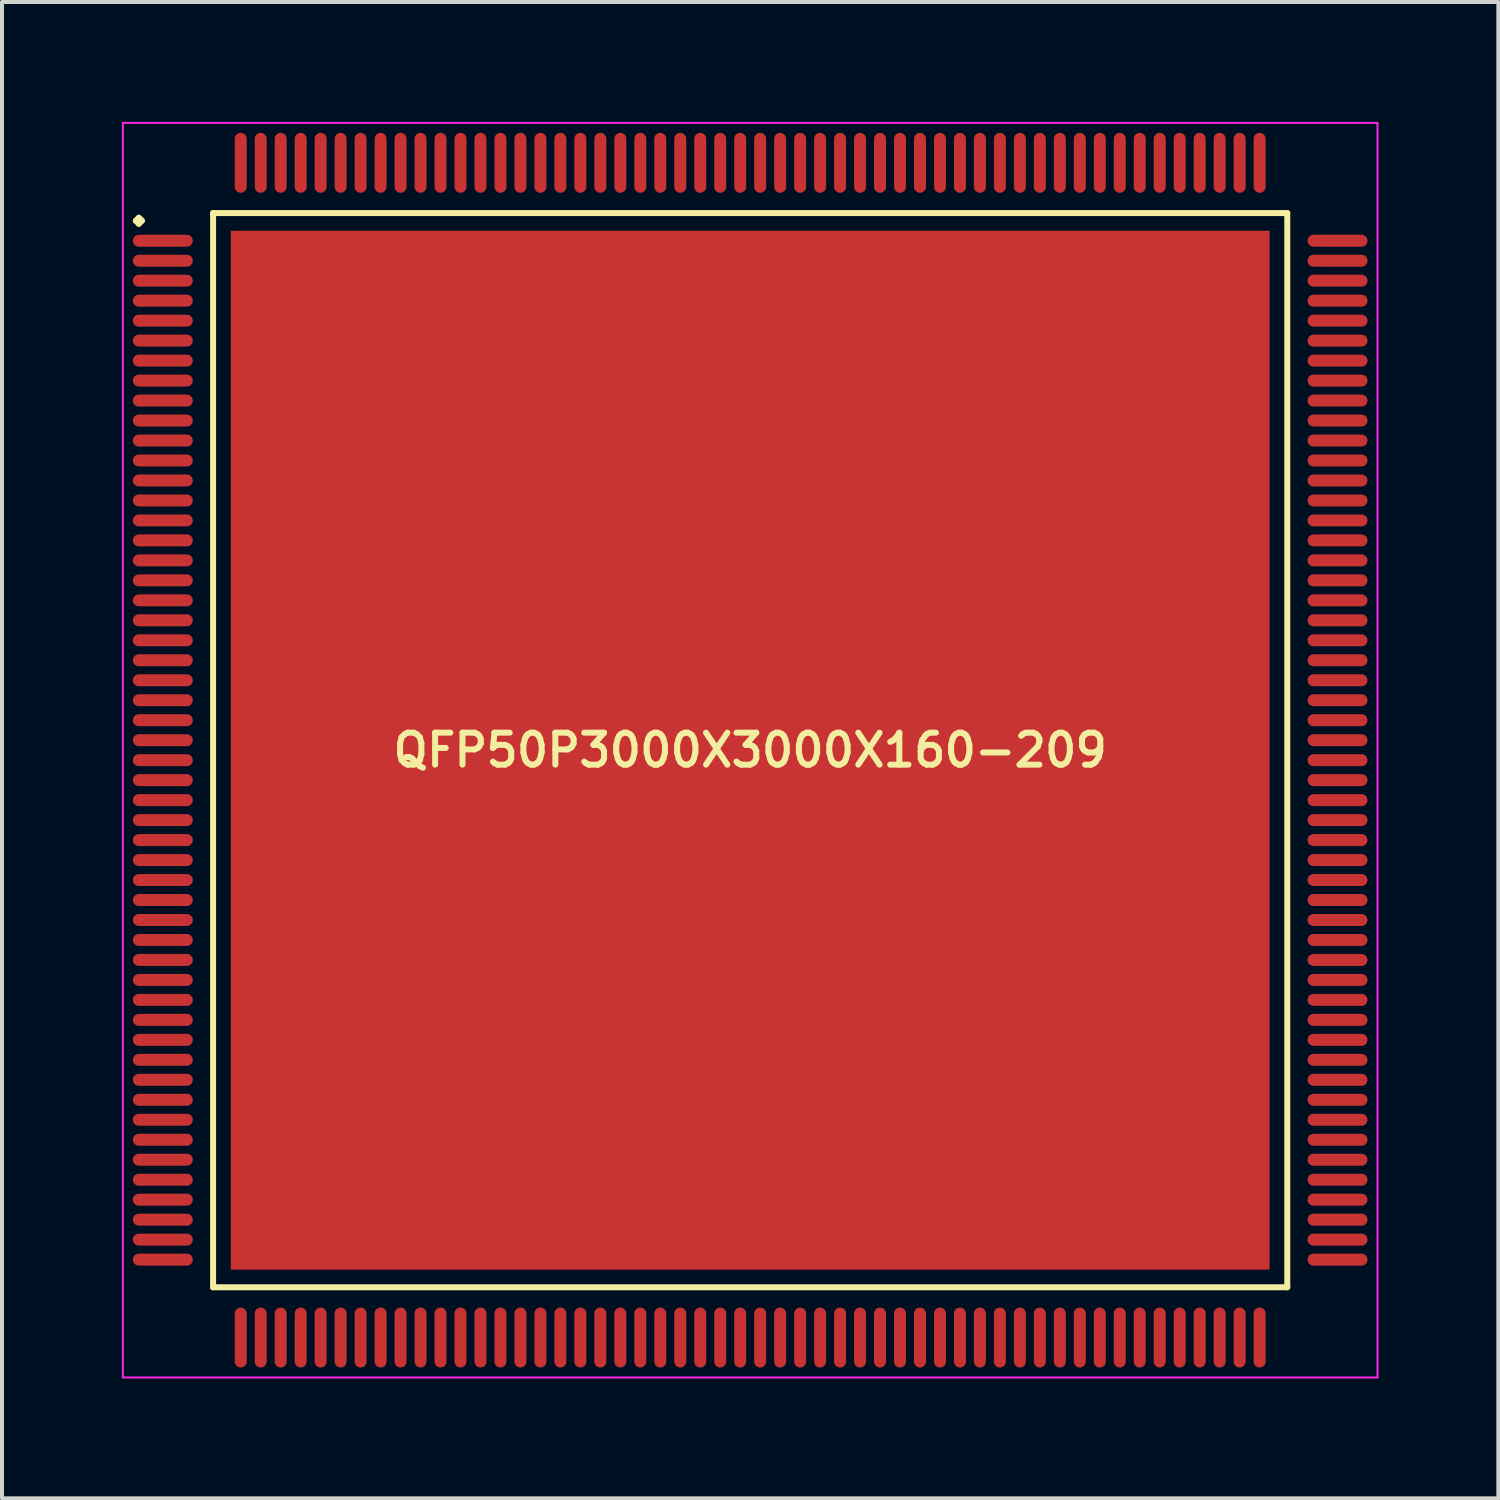
<source format=kicad_pcb>
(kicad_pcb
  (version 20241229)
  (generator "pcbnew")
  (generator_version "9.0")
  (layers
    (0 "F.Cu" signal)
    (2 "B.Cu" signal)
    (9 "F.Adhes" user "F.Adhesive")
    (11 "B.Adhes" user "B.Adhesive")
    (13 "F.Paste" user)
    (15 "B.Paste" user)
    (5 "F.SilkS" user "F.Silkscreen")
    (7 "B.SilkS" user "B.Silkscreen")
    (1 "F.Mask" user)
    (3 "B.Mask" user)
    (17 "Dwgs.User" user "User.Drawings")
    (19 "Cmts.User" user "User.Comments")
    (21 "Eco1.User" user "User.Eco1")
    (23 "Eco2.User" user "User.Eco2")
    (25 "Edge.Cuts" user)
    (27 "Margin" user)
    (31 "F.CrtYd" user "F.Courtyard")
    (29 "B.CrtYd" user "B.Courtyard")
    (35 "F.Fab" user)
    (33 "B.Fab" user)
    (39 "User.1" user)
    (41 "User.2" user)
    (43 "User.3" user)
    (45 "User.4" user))
  (footprint "QFP50P3000X3000X160-209"
    (layer "F.Cu")
    (at 15.725 15.725)
    (property "Reference" "QFP50P3000X3000X160-209" (at 0 0 0) (layer "F.SilkS") (effects (font (size 0.8 0.8) (thickness 0.15))))
    (attr smd)
    (fp_line (start -15.375 -13.25) (end -15.3 -13.325) (stroke (width 0.15) (type solid)) (layer "F.SilkS"))
    (fp_line (start -15.3 -13.325) (end -15.225 -13.25) (stroke (width 0.15) (type solid)) (layer "F.SilkS"))
    (fp_line (start -15.3 -13.175) (end -15.375 -13.25) (stroke (width 0.15) (type solid)) (layer "F.SilkS"))
    (fp_line (start -15.225 -13.25) (end -15.3 -13.175) (stroke (width 0.15) (type solid)) (layer "F.SilkS"))
    (fp_line (start -13.442 -13.442) (end -13.442 13.442) (stroke (width 0.15) (type solid)) (layer "F.SilkS"))
    (fp_line (start -13.442 13.442) (end 13.442 13.442) (stroke (width 0.15) (type solid)) (layer "F.SilkS"))
    (fp_line (start 13.442 -13.442) (end -13.442 -13.442) (stroke (width 0.15) (type solid)) (layer "F.SilkS"))
    (fp_line (start 13.442 13.442) (end 13.442 -13.442) (stroke (width 0.15) (type solid)) (layer "F.SilkS"))
    (fp_line (start -15.7 -15.7) (end 15.7 -15.7) (stroke (width 0.05) (type solid)) (layer "F.CrtYd"))
    (fp_line (start -15.7 15.7) (end -15.7 -15.7) (stroke (width 0.05) (type solid)) (layer "F.CrtYd"))
    (fp_line (start 15.7 -15.7) (end 15.7 15.7) (stroke (width 0.05) (type solid)) (layer "F.CrtYd"))
    (fp_line (start 15.7 15.7) (end -15.7 15.7) (stroke (width 0.05) (type solid)) (layer "F.CrtYd"))
    (pad "1" smd oval (at -14.7 -12.75) (size 1.5 0.3) (layers "F.Cu" "F.Mask" "F.Paste"))
    (pad "2" smd oval (at -14.7 -12.25) (size 1.5 0.3) (layers "F.Cu" "F.Mask" "F.Paste"))
    (pad "3" smd oval (at -14.7 -11.75) (size 1.5 0.3) (layers "F.Cu" "F.Mask" "F.Paste"))
    (pad "4" smd oval (at -14.7 -11.25) (size 1.5 0.3) (layers "F.Cu" "F.Mask" "F.Paste"))
    (pad "5" smd oval (at -14.7 -10.75) (size 1.5 0.3) (layers "F.Cu" "F.Mask" "F.Paste"))
    (pad "6" smd oval (at -14.7 -10.25) (size 1.5 0.3) (layers "F.Cu" "F.Mask" "F.Paste"))
    (pad "7" smd oval (at -14.7 -9.75) (size 1.5 0.3) (layers "F.Cu" "F.Mask" "F.Paste"))
    (pad "8" smd oval (at -14.7 -9.25) (size 1.5 0.3) (layers "F.Cu" "F.Mask" "F.Paste"))
    (pad "9" smd oval (at -14.7 -8.75) (size 1.5 0.3) (layers "F.Cu" "F.Mask" "F.Paste"))
    (pad "10" smd oval (at -14.7 -8.25) (size 1.5 0.3) (layers "F.Cu" "F.Mask" "F.Paste"))
    (pad "11" smd oval (at -14.7 -7.75) (size 1.5 0.3) (layers "F.Cu" "F.Mask" "F.Paste"))
    (pad "12" smd oval (at -14.7 -7.25) (size 1.5 0.3) (layers "F.Cu" "F.Mask" "F.Paste"))
    (pad "13" smd oval (at -14.7 -6.75) (size 1.5 0.3) (layers "F.Cu" "F.Mask" "F.Paste"))
    (pad "14" smd oval (at -14.7 -6.25) (size 1.5 0.3) (layers "F.Cu" "F.Mask" "F.Paste"))
    (pad "15" smd oval (at -14.7 -5.75) (size 1.5 0.3) (layers "F.Cu" "F.Mask" "F.Paste"))
    (pad "16" smd oval (at -14.7 -5.25) (size 1.5 0.3) (layers "F.Cu" "F.Mask" "F.Paste"))
    (pad "17" smd oval (at -14.7 -4.75) (size 1.5 0.3) (layers "F.Cu" "F.Mask" "F.Paste"))
    (pad "18" smd oval (at -14.7 -4.25) (size 1.5 0.3) (layers "F.Cu" "F.Mask" "F.Paste"))
    (pad "19" smd oval (at -14.7 -3.75) (size 1.5 0.3) (layers "F.Cu" "F.Mask" "F.Paste"))
    (pad "20" smd oval (at -14.7 -3.25) (size 1.5 0.3) (layers "F.Cu" "F.Mask" "F.Paste"))
    (pad "21" smd oval (at -14.7 -2.75) (size 1.5 0.3) (layers "F.Cu" "F.Mask" "F.Paste"))
    (pad "22" smd oval (at -14.7 -2.25) (size 1.5 0.3) (layers "F.Cu" "F.Mask" "F.Paste"))
    (pad "23" smd oval (at -14.7 -1.75) (size 1.5 0.3) (layers "F.Cu" "F.Mask" "F.Paste"))
    (pad "24" smd oval (at -14.7 -1.25) (size 1.5 0.3) (layers "F.Cu" "F.Mask" "F.Paste"))
    (pad "25" smd oval (at -14.7 -0.75) (size 1.5 0.3) (layers "F.Cu" "F.Mask" "F.Paste"))
    (pad "26" smd oval (at -14.7 -0.25) (size 1.5 0.3) (layers "F.Cu" "F.Mask" "F.Paste"))
    (pad "27" smd oval (at -14.7 0.25) (size 1.5 0.3) (layers "F.Cu" "F.Mask" "F.Paste"))
    (pad "28" smd oval (at -14.7 0.75) (size 1.5 0.3) (layers "F.Cu" "F.Mask" "F.Paste"))
    (pad "29" smd oval (at -14.7 1.25) (size 1.5 0.3) (layers "F.Cu" "F.Mask" "F.Paste"))
    (pad "30" smd oval (at -14.7 1.75) (size 1.5 0.3) (layers "F.Cu" "F.Mask" "F.Paste"))
    (pad "31" smd oval (at -14.7 2.25) (size 1.5 0.3) (layers "F.Cu" "F.Mask" "F.Paste"))
    (pad "32" smd oval (at -14.7 2.75) (size 1.5 0.3) (layers "F.Cu" "F.Mask" "F.Paste"))
    (pad "33" smd oval (at -14.7 3.25) (size 1.5 0.3) (layers "F.Cu" "F.Mask" "F.Paste"))
    (pad "34" smd oval (at -14.7 3.75) (size 1.5 0.3) (layers "F.Cu" "F.Mask" "F.Paste"))
    (pad "35" smd oval (at -14.7 4.25) (size 1.5 0.3) (layers "F.Cu" "F.Mask" "F.Paste"))
    (pad "36" smd oval (at -14.7 4.75) (size 1.5 0.3) (layers "F.Cu" "F.Mask" "F.Paste"))
    (pad "37" smd oval (at -14.7 5.25) (size 1.5 0.3) (layers "F.Cu" "F.Mask" "F.Paste"))
    (pad "38" smd oval (at -14.7 5.75) (size 1.5 0.3) (layers "F.Cu" "F.Mask" "F.Paste"))
    (pad "39" smd oval (at -14.7 6.25) (size 1.5 0.3) (layers "F.Cu" "F.Mask" "F.Paste"))
    (pad "40" smd oval (at -14.7 6.75) (size 1.5 0.3) (layers "F.Cu" "F.Mask" "F.Paste"))
    (pad "41" smd oval (at -14.7 7.25) (size 1.5 0.3) (layers "F.Cu" "F.Mask" "F.Paste"))
    (pad "42" smd oval (at -14.7 7.75) (size 1.5 0.3) (layers "F.Cu" "F.Mask" "F.Paste"))
    (pad "43" smd oval (at -14.7 8.25) (size 1.5 0.3) (layers "F.Cu" "F.Mask" "F.Paste"))
    (pad "44" smd oval (at -14.7 8.75) (size 1.5 0.3) (layers "F.Cu" "F.Mask" "F.Paste"))
    (pad "45" smd oval (at -14.7 9.25) (size 1.5 0.3) (layers "F.Cu" "F.Mask" "F.Paste"))
    (pad "46" smd oval (at -14.7 9.75) (size 1.5 0.3) (layers "F.Cu" "F.Mask" "F.Paste"))
    (pad "47" smd oval (at -14.7 10.25) (size 1.5 0.3) (layers "F.Cu" "F.Mask" "F.Paste"))
    (pad "48" smd oval (at -14.7 10.75) (size 1.5 0.3) (layers "F.Cu" "F.Mask" "F.Paste"))
    (pad "49" smd oval (at -14.7 11.25) (size 1.5 0.3) (layers "F.Cu" "F.Mask" "F.Paste"))
    (pad "50" smd oval (at -14.7 11.75) (size 1.5 0.3) (layers "F.Cu" "F.Mask" "F.Paste"))
    (pad "51" smd oval (at -14.7 12.25) (size 1.5 0.3) (layers "F.Cu" "F.Mask" "F.Paste"))
    (pad "52" smd oval (at -14.7 12.75) (size 1.5 0.3) (layers "F.Cu" "F.Mask" "F.Paste"))
    (pad "53" smd oval (at -12.75 14.7) (size 0.3 1.5) (layers "F.Cu" "F.Mask" "F.Paste"))
    (pad "54" smd oval (at -12.25 14.7) (size 0.3 1.5) (layers "F.Cu" "F.Mask" "F.Paste"))
    (pad "55" smd oval (at -11.75 14.7) (size 0.3 1.5) (layers "F.Cu" "F.Mask" "F.Paste"))
    (pad "56" smd oval (at -11.25 14.7) (size 0.3 1.5) (layers "F.Cu" "F.Mask" "F.Paste"))
    (pad "57" smd oval (at -10.75 14.7) (size 0.3 1.5) (layers "F.Cu" "F.Mask" "F.Paste"))
    (pad "58" smd oval (at -10.25 14.7) (size 0.3 1.5) (layers "F.Cu" "F.Mask" "F.Paste"))
    (pad "59" smd oval (at -9.75 14.7) (size 0.3 1.5) (layers "F.Cu" "F.Mask" "F.Paste"))
    (pad "60" smd oval (at -9.25 14.7) (size 0.3 1.5) (layers "F.Cu" "F.Mask" "F.Paste"))
    (pad "61" smd oval (at -8.75 14.7) (size 0.3 1.5) (layers "F.Cu" "F.Mask" "F.Paste"))
    (pad "62" smd oval (at -8.25 14.7) (size 0.3 1.5) (layers "F.Cu" "F.Mask" "F.Paste"))
    (pad "63" smd oval (at -7.75 14.7) (size 0.3 1.5) (layers "F.Cu" "F.Mask" "F.Paste"))
    (pad "64" smd oval (at -7.25 14.7) (size 0.3 1.5) (layers "F.Cu" "F.Mask" "F.Paste"))
    (pad "65" smd oval (at -6.75 14.7) (size 0.3 1.5) (layers "F.Cu" "F.Mask" "F.Paste"))
    (pad "66" smd oval (at -6.25 14.7) (size 0.3 1.5) (layers "F.Cu" "F.Mask" "F.Paste"))
    (pad "67" smd oval (at -5.75 14.7) (size 0.3 1.5) (layers "F.Cu" "F.Mask" "F.Paste"))
    (pad "68" smd oval (at -5.25 14.7) (size 0.3 1.5) (layers "F.Cu" "F.Mask" "F.Paste"))
    (pad "69" smd oval (at -4.75 14.7) (size 0.3 1.5) (layers "F.Cu" "F.Mask" "F.Paste"))
    (pad "70" smd oval (at -4.25 14.7) (size 0.3 1.5) (layers "F.Cu" "F.Mask" "F.Paste"))
    (pad "71" smd oval (at -3.75 14.7) (size 0.3 1.5) (layers "F.Cu" "F.Mask" "F.Paste"))
    (pad "72" smd oval (at -3.25 14.7) (size 0.3 1.5) (layers "F.Cu" "F.Mask" "F.Paste"))
    (pad "73" smd oval (at -2.75 14.7) (size 0.3 1.5) (layers "F.Cu" "F.Mask" "F.Paste"))
    (pad "74" smd oval (at -2.25 14.7) (size 0.3 1.5) (layers "F.Cu" "F.Mask" "F.Paste"))
    (pad "75" smd oval (at -1.75 14.7) (size 0.3 1.5) (layers "F.Cu" "F.Mask" "F.Paste"))
    (pad "76" smd oval (at -1.25 14.7) (size 0.3 1.5) (layers "F.Cu" "F.Mask" "F.Paste"))
    (pad "77" smd oval (at -0.75 14.7) (size 0.3 1.5) (layers "F.Cu" "F.Mask" "F.Paste"))
    (pad "78" smd oval (at -0.25 14.7) (size 0.3 1.5) (layers "F.Cu" "F.Mask" "F.Paste"))
    (pad "79" smd oval (at 0.25 14.7) (size 0.3 1.5) (layers "F.Cu" "F.Mask" "F.Paste"))
    (pad "80" smd oval (at 0.75 14.7) (size 0.3 1.5) (layers "F.Cu" "F.Mask" "F.Paste"))
    (pad "81" smd oval (at 1.25 14.7) (size 0.3 1.5) (layers "F.Cu" "F.Mask" "F.Paste"))
    (pad "82" smd oval (at 1.75 14.7) (size 0.3 1.5) (layers "F.Cu" "F.Mask" "F.Paste"))
    (pad "83" smd oval (at 2.25 14.7) (size 0.3 1.5) (layers "F.Cu" "F.Mask" "F.Paste"))
    (pad "84" smd oval (at 2.75 14.7) (size 0.3 1.5) (layers "F.Cu" "F.Mask" "F.Paste"))
    (pad "85" smd oval (at 3.25 14.7) (size 0.3 1.5) (layers "F.Cu" "F.Mask" "F.Paste"))
    (pad "86" smd oval (at 3.75 14.7) (size 0.3 1.5) (layers "F.Cu" "F.Mask" "F.Paste"))
    (pad "87" smd oval (at 4.25 14.7) (size 0.3 1.5) (layers "F.Cu" "F.Mask" "F.Paste"))
    (pad "88" smd oval (at 4.75 14.7) (size 0.3 1.5) (layers "F.Cu" "F.Mask" "F.Paste"))
    (pad "89" smd oval (at 5.25 14.7) (size 0.3 1.5) (layers "F.Cu" "F.Mask" "F.Paste"))
    (pad "90" smd oval (at 5.75 14.7) (size 0.3 1.5) (layers "F.Cu" "F.Mask" "F.Paste"))
    (pad "91" smd oval (at 6.25 14.7) (size 0.3 1.5) (layers "F.Cu" "F.Mask" "F.Paste"))
    (pad "92" smd oval (at 6.75 14.7) (size 0.3 1.5) (layers "F.Cu" "F.Mask" "F.Paste"))
    (pad "93" smd oval (at 7.25 14.7) (size 0.3 1.5) (layers "F.Cu" "F.Mask" "F.Paste"))
    (pad "94" smd oval (at 7.75 14.7) (size 0.3 1.5) (layers "F.Cu" "F.Mask" "F.Paste"))
    (pad "95" smd oval (at 8.25 14.7) (size 0.3 1.5) (layers "F.Cu" "F.Mask" "F.Paste"))
    (pad "96" smd oval (at 8.75 14.7) (size 0.3 1.5) (layers "F.Cu" "F.Mask" "F.Paste"))
    (pad "97" smd oval (at 9.25 14.7) (size 0.3 1.5) (layers "F.Cu" "F.Mask" "F.Paste"))
    (pad "98" smd oval (at 9.75 14.7) (size 0.3 1.5) (layers "F.Cu" "F.Mask" "F.Paste"))
    (pad "99" smd oval (at 10.25 14.7) (size 0.3 1.5) (layers "F.Cu" "F.Mask" "F.Paste"))
    (pad "100" smd oval (at 10.75 14.7) (size 0.3 1.5) (layers "F.Cu" "F.Mask" "F.Paste"))
    (pad "101" smd oval (at 11.25 14.7) (size 0.3 1.5) (layers "F.Cu" "F.Mask" "F.Paste"))
    (pad "102" smd oval (at 11.75 14.7) (size 0.3 1.5) (layers "F.Cu" "F.Mask" "F.Paste"))
    (pad "103" smd oval (at 12.25 14.7) (size 0.3 1.5) (layers "F.Cu" "F.Mask" "F.Paste"))
    (pad "104" smd oval (at 12.75 14.7) (size 0.3 1.5) (layers "F.Cu" "F.Mask" "F.Paste"))
    (pad "105" smd oval (at 14.7 12.75) (size 1.5 0.3) (layers "F.Cu" "F.Mask" "F.Paste"))
    (pad "106" smd oval (at 14.7 12.25) (size 1.5 0.3) (layers "F.Cu" "F.Mask" "F.Paste"))
    (pad "107" smd oval (at 14.7 11.75) (size 1.5 0.3) (layers "F.Cu" "F.Mask" "F.Paste"))
    (pad "108" smd oval (at 14.7 11.25) (size 1.5 0.3) (layers "F.Cu" "F.Mask" "F.Paste"))
    (pad "109" smd oval (at 14.7 10.75) (size 1.5 0.3) (layers "F.Cu" "F.Mask" "F.Paste"))
    (pad "110" smd oval (at 14.7 10.25) (size 1.5 0.3) (layers "F.Cu" "F.Mask" "F.Paste"))
    (pad "111" smd oval (at 14.7 9.75) (size 1.5 0.3) (layers "F.Cu" "F.Mask" "F.Paste"))
    (pad "112" smd oval (at 14.7 9.25) (size 1.5 0.3) (layers "F.Cu" "F.Mask" "F.Paste"))
    (pad "113" smd oval (at 14.7 8.75) (size 1.5 0.3) (layers "F.Cu" "F.Mask" "F.Paste"))
    (pad "114" smd oval (at 14.7 8.25) (size 1.5 0.3) (layers "F.Cu" "F.Mask" "F.Paste"))
    (pad "115" smd oval (at 14.7 7.75) (size 1.5 0.3) (layers "F.Cu" "F.Mask" "F.Paste"))
    (pad "116" smd oval (at 14.7 7.25) (size 1.5 0.3) (layers "F.Cu" "F.Mask" "F.Paste"))
    (pad "117" smd oval (at 14.7 6.75) (size 1.5 0.3) (layers "F.Cu" "F.Mask" "F.Paste"))
    (pad "118" smd oval (at 14.7 6.25) (size 1.5 0.3) (layers "F.Cu" "F.Mask" "F.Paste"))
    (pad "119" smd oval (at 14.7 5.75) (size 1.5 0.3) (layers "F.Cu" "F.Mask" "F.Paste"))
    (pad "120" smd oval (at 14.7 5.25) (size 1.5 0.3) (layers "F.Cu" "F.Mask" "F.Paste"))
    (pad "121" smd oval (at 14.7 4.75) (size 1.5 0.3) (layers "F.Cu" "F.Mask" "F.Paste"))
    (pad "122" smd oval (at 14.7 4.25) (size 1.5 0.3) (layers "F.Cu" "F.Mask" "F.Paste"))
    (pad "123" smd oval (at 14.7 3.75) (size 1.5 0.3) (layers "F.Cu" "F.Mask" "F.Paste"))
    (pad "124" smd oval (at 14.7 3.25) (size 1.5 0.3) (layers "F.Cu" "F.Mask" "F.Paste"))
    (pad "125" smd oval (at 14.7 2.75) (size 1.5 0.3) (layers "F.Cu" "F.Mask" "F.Paste"))
    (pad "126" smd oval (at 14.7 2.25) (size 1.5 0.3) (layers "F.Cu" "F.Mask" "F.Paste"))
    (pad "127" smd oval (at 14.7 1.75) (size 1.5 0.3) (layers "F.Cu" "F.Mask" "F.Paste"))
    (pad "128" smd oval (at 14.7 1.25) (size 1.5 0.3) (layers "F.Cu" "F.Mask" "F.Paste"))
    (pad "129" smd oval (at 14.7 0.75) (size 1.5 0.3) (layers "F.Cu" "F.Mask" "F.Paste"))
    (pad "130" smd oval (at 14.7 0.25) (size 1.5 0.3) (layers "F.Cu" "F.Mask" "F.Paste"))
    (pad "131" smd oval (at 14.7 -0.25) (size 1.5 0.3) (layers "F.Cu" "F.Mask" "F.Paste"))
    (pad "132" smd oval (at 14.7 -0.75) (size 1.5 0.3) (layers "F.Cu" "F.Mask" "F.Paste"))
    (pad "133" smd oval (at 14.7 -1.25) (size 1.5 0.3) (layers "F.Cu" "F.Mask" "F.Paste"))
    (pad "134" smd oval (at 14.7 -1.75) (size 1.5 0.3) (layers "F.Cu" "F.Mask" "F.Paste"))
    (pad "135" smd oval (at 14.7 -2.25) (size 1.5 0.3) (layers "F.Cu" "F.Mask" "F.Paste"))
    (pad "136" smd oval (at 14.7 -2.75) (size 1.5 0.3) (layers "F.Cu" "F.Mask" "F.Paste"))
    (pad "137" smd oval (at 14.7 -3.25) (size 1.5 0.3) (layers "F.Cu" "F.Mask" "F.Paste"))
    (pad "138" smd oval (at 14.7 -3.75) (size 1.5 0.3) (layers "F.Cu" "F.Mask" "F.Paste"))
    (pad "139" smd oval (at 14.7 -4.25) (size 1.5 0.3) (layers "F.Cu" "F.Mask" "F.Paste"))
    (pad "140" smd oval (at 14.7 -4.75) (size 1.5 0.3) (layers "F.Cu" "F.Mask" "F.Paste"))
    (pad "141" smd oval (at 14.7 -5.25) (size 1.5 0.3) (layers "F.Cu" "F.Mask" "F.Paste"))
    (pad "142" smd oval (at 14.7 -5.75) (size 1.5 0.3) (layers "F.Cu" "F.Mask" "F.Paste"))
    (pad "143" smd oval (at 14.7 -6.25) (size 1.5 0.3) (layers "F.Cu" "F.Mask" "F.Paste"))
    (pad "144" smd oval (at 14.7 -6.75) (size 1.5 0.3) (layers "F.Cu" "F.Mask" "F.Paste"))
    (pad "145" smd oval (at 14.7 -7.25) (size 1.5 0.3) (layers "F.Cu" "F.Mask" "F.Paste"))
    (pad "146" smd oval (at 14.7 -7.75) (size 1.5 0.3) (layers "F.Cu" "F.Mask" "F.Paste"))
    (pad "147" smd oval (at 14.7 -8.25) (size 1.5 0.3) (layers "F.Cu" "F.Mask" "F.Paste"))
    (pad "148" smd oval (at 14.7 -8.75) (size 1.5 0.3) (layers "F.Cu" "F.Mask" "F.Paste"))
    (pad "149" smd oval (at 14.7 -9.25) (size 1.5 0.3) (layers "F.Cu" "F.Mask" "F.Paste"))
    (pad "150" smd oval (at 14.7 -9.75) (size 1.5 0.3) (layers "F.Cu" "F.Mask" "F.Paste"))
    (pad "151" smd oval (at 14.7 -10.25) (size 1.5 0.3) (layers "F.Cu" "F.Mask" "F.Paste"))
    (pad "152" smd oval (at 14.7 -10.75) (size 1.5 0.3) (layers "F.Cu" "F.Mask" "F.Paste"))
    (pad "153" smd oval (at 14.7 -11.25) (size 1.5 0.3) (layers "F.Cu" "F.Mask" "F.Paste"))
    (pad "154" smd oval (at 14.7 -11.75) (size 1.5 0.3) (layers "F.Cu" "F.Mask" "F.Paste"))
    (pad "155" smd oval (at 14.7 -12.25) (size 1.5 0.3) (layers "F.Cu" "F.Mask" "F.Paste"))
    (pad "156" smd oval (at 14.7 -12.75) (size 1.5 0.3) (layers "F.Cu" "F.Mask" "F.Paste"))
    (pad "157" smd oval (at 12.75 -14.7) (size 0.3 1.5) (layers "F.Cu" "F.Mask" "F.Paste"))
    (pad "158" smd oval (at 12.25 -14.7) (size 0.3 1.5) (layers "F.Cu" "F.Mask" "F.Paste"))
    (pad "159" smd oval (at 11.75 -14.7) (size 0.3 1.5) (layers "F.Cu" "F.Mask" "F.Paste"))
    (pad "160" smd oval (at 11.25 -14.7) (size 0.3 1.5) (layers "F.Cu" "F.Mask" "F.Paste"))
    (pad "161" smd oval (at 10.75 -14.7) (size 0.3 1.5) (layers "F.Cu" "F.Mask" "F.Paste"))
    (pad "162" smd oval (at 10.25 -14.7) (size 0.3 1.5) (layers "F.Cu" "F.Mask" "F.Paste"))
    (pad "163" smd oval (at 9.75 -14.7) (size 0.3 1.5) (layers "F.Cu" "F.Mask" "F.Paste"))
    (pad "164" smd oval (at 9.25 -14.7) (size 0.3 1.5) (layers "F.Cu" "F.Mask" "F.Paste"))
    (pad "165" smd oval (at 8.75 -14.7) (size 0.3 1.5) (layers "F.Cu" "F.Mask" "F.Paste"))
    (pad "166" smd oval (at 8.25 -14.7) (size 0.3 1.5) (layers "F.Cu" "F.Mask" "F.Paste"))
    (pad "167" smd oval (at 7.75 -14.7) (size 0.3 1.5) (layers "F.Cu" "F.Mask" "F.Paste"))
    (pad "168" smd oval (at 7.25 -14.7) (size 0.3 1.5) (layers "F.Cu" "F.Mask" "F.Paste"))
    (pad "169" smd oval (at 6.75 -14.7) (size 0.3 1.5) (layers "F.Cu" "F.Mask" "F.Paste"))
    (pad "170" smd oval (at 6.25 -14.7) (size 0.3 1.5) (layers "F.Cu" "F.Mask" "F.Paste"))
    (pad "171" smd oval (at 5.75 -14.7) (size 0.3 1.5) (layers "F.Cu" "F.Mask" "F.Paste"))
    (pad "172" smd oval (at 5.25 -14.7) (size 0.3 1.5) (layers "F.Cu" "F.Mask" "F.Paste"))
    (pad "173" smd oval (at 4.75 -14.7) (size 0.3 1.5) (layers "F.Cu" "F.Mask" "F.Paste"))
    (pad "174" smd oval (at 4.25 -14.7) (size 0.3 1.5) (layers "F.Cu" "F.Mask" "F.Paste"))
    (pad "175" smd oval (at 3.75 -14.7) (size 0.3 1.5) (layers "F.Cu" "F.Mask" "F.Paste"))
    (pad "176" smd oval (at 3.25 -14.7) (size 0.3 1.5) (layers "F.Cu" "F.Mask" "F.Paste"))
    (pad "177" smd oval (at 2.75 -14.7) (size 0.3 1.5) (layers "F.Cu" "F.Mask" "F.Paste"))
    (pad "178" smd oval (at 2.25 -14.7) (size 0.3 1.5) (layers "F.Cu" "F.Mask" "F.Paste"))
    (pad "179" smd oval (at 1.75 -14.7) (size 0.3 1.5) (layers "F.Cu" "F.Mask" "F.Paste"))
    (pad "180" smd oval (at 1.25 -14.7) (size 0.3 1.5) (layers "F.Cu" "F.Mask" "F.Paste"))
    (pad "181" smd oval (at 0.75 -14.7) (size 0.3 1.5) (layers "F.Cu" "F.Mask" "F.Paste"))
    (pad "182" smd oval (at 0.25 -14.7) (size 0.3 1.5) (layers "F.Cu" "F.Mask" "F.Paste"))
    (pad "183" smd oval (at -0.25 -14.7) (size 0.3 1.5) (layers "F.Cu" "F.Mask" "F.Paste"))
    (pad "184" smd oval (at -0.75 -14.7) (size 0.3 1.5) (layers "F.Cu" "F.Mask" "F.Paste"))
    (pad "185" smd oval (at -1.25 -14.7) (size 0.3 1.5) (layers "F.Cu" "F.Mask" "F.Paste"))
    (pad "186" smd oval (at -1.75 -14.7) (size 0.3 1.5) (layers "F.Cu" "F.Mask" "F.Paste"))
    (pad "187" smd oval (at -2.25 -14.7) (size 0.3 1.5) (layers "F.Cu" "F.Mask" "F.Paste"))
    (pad "188" smd oval (at -2.75 -14.7) (size 0.3 1.5) (layers "F.Cu" "F.Mask" "F.Paste"))
    (pad "189" smd oval (at -3.25 -14.7) (size 0.3 1.5) (layers "F.Cu" "F.Mask" "F.Paste"))
    (pad "190" smd oval (at -3.75 -14.7) (size 0.3 1.5) (layers "F.Cu" "F.Mask" "F.Paste"))
    (pad "191" smd oval (at -4.25 -14.7) (size 0.3 1.5) (layers "F.Cu" "F.Mask" "F.Paste"))
    (pad "192" smd oval (at -4.75 -14.7) (size 0.3 1.5) (layers "F.Cu" "F.Mask" "F.Paste"))
    (pad "193" smd oval (at -5.25 -14.7) (size 0.3 1.5) (layers "F.Cu" "F.Mask" "F.Paste"))
    (pad "194" smd oval (at -5.75 -14.7) (size 0.3 1.5) (layers "F.Cu" "F.Mask" "F.Paste"))
    (pad "195" smd oval (at -6.25 -14.7) (size 0.3 1.5) (layers "F.Cu" "F.Mask" "F.Paste"))
    (pad "196" smd oval (at -6.75 -14.7) (size 0.3 1.5) (layers "F.Cu" "F.Mask" "F.Paste"))
    (pad "197" smd oval (at -7.25 -14.7) (size 0.3 1.5) (layers "F.Cu" "F.Mask" "F.Paste"))
    (pad "198" smd oval (at -7.75 -14.7) (size 0.3 1.5) (layers "F.Cu" "F.Mask" "F.Paste"))
    (pad "199" smd oval (at -8.25 -14.7) (size 0.3 1.5) (layers "F.Cu" "F.Mask" "F.Paste"))
    (pad "200" smd oval (at -8.75 -14.7) (size 0.3 1.5) (layers "F.Cu" "F.Mask" "F.Paste"))
    (pad "201" smd oval (at -9.25 -14.7) (size 0.3 1.5) (layers "F.Cu" "F.Mask" "F.Paste"))
    (pad "202" smd oval (at -9.75 -14.7) (size 0.3 1.5) (layers "F.Cu" "F.Mask" "F.Paste"))
    (pad "203" smd oval (at -10.25 -14.7) (size 0.3 1.5) (layers "F.Cu" "F.Mask" "F.Paste"))
    (pad "204" smd oval (at -10.75 -14.7) (size 0.3 1.5) (layers "F.Cu" "F.Mask" "F.Paste"))
    (pad "205" smd oval (at -11.25 -14.7) (size 0.3 1.5) (layers "F.Cu" "F.Mask" "F.Paste"))
    (pad "206" smd oval (at -11.75 -14.7) (size 0.3 1.5) (layers "F.Cu" "F.Mask" "F.Paste"))
    (pad "207" smd oval (at -12.25 -14.7) (size 0.3 1.5) (layers "F.Cu" "F.Mask" "F.Paste"))
    (pad "208" smd oval (at -12.75 -14.7) (size 0.3 1.5) (layers "F.Cu" "F.Mask" "F.Paste"))
    (pad "209" smd rect (at 0 0) (size 26 26) (layers "F.Cu" "F.Mask" "F.Paste")))
  (gr_rect
    (start -3 -3)
    (end 34.45 34.45)
    (stroke (width 0.1) (type default))
    (fill no)
    (layer "Edge.Cuts")))
</source>
